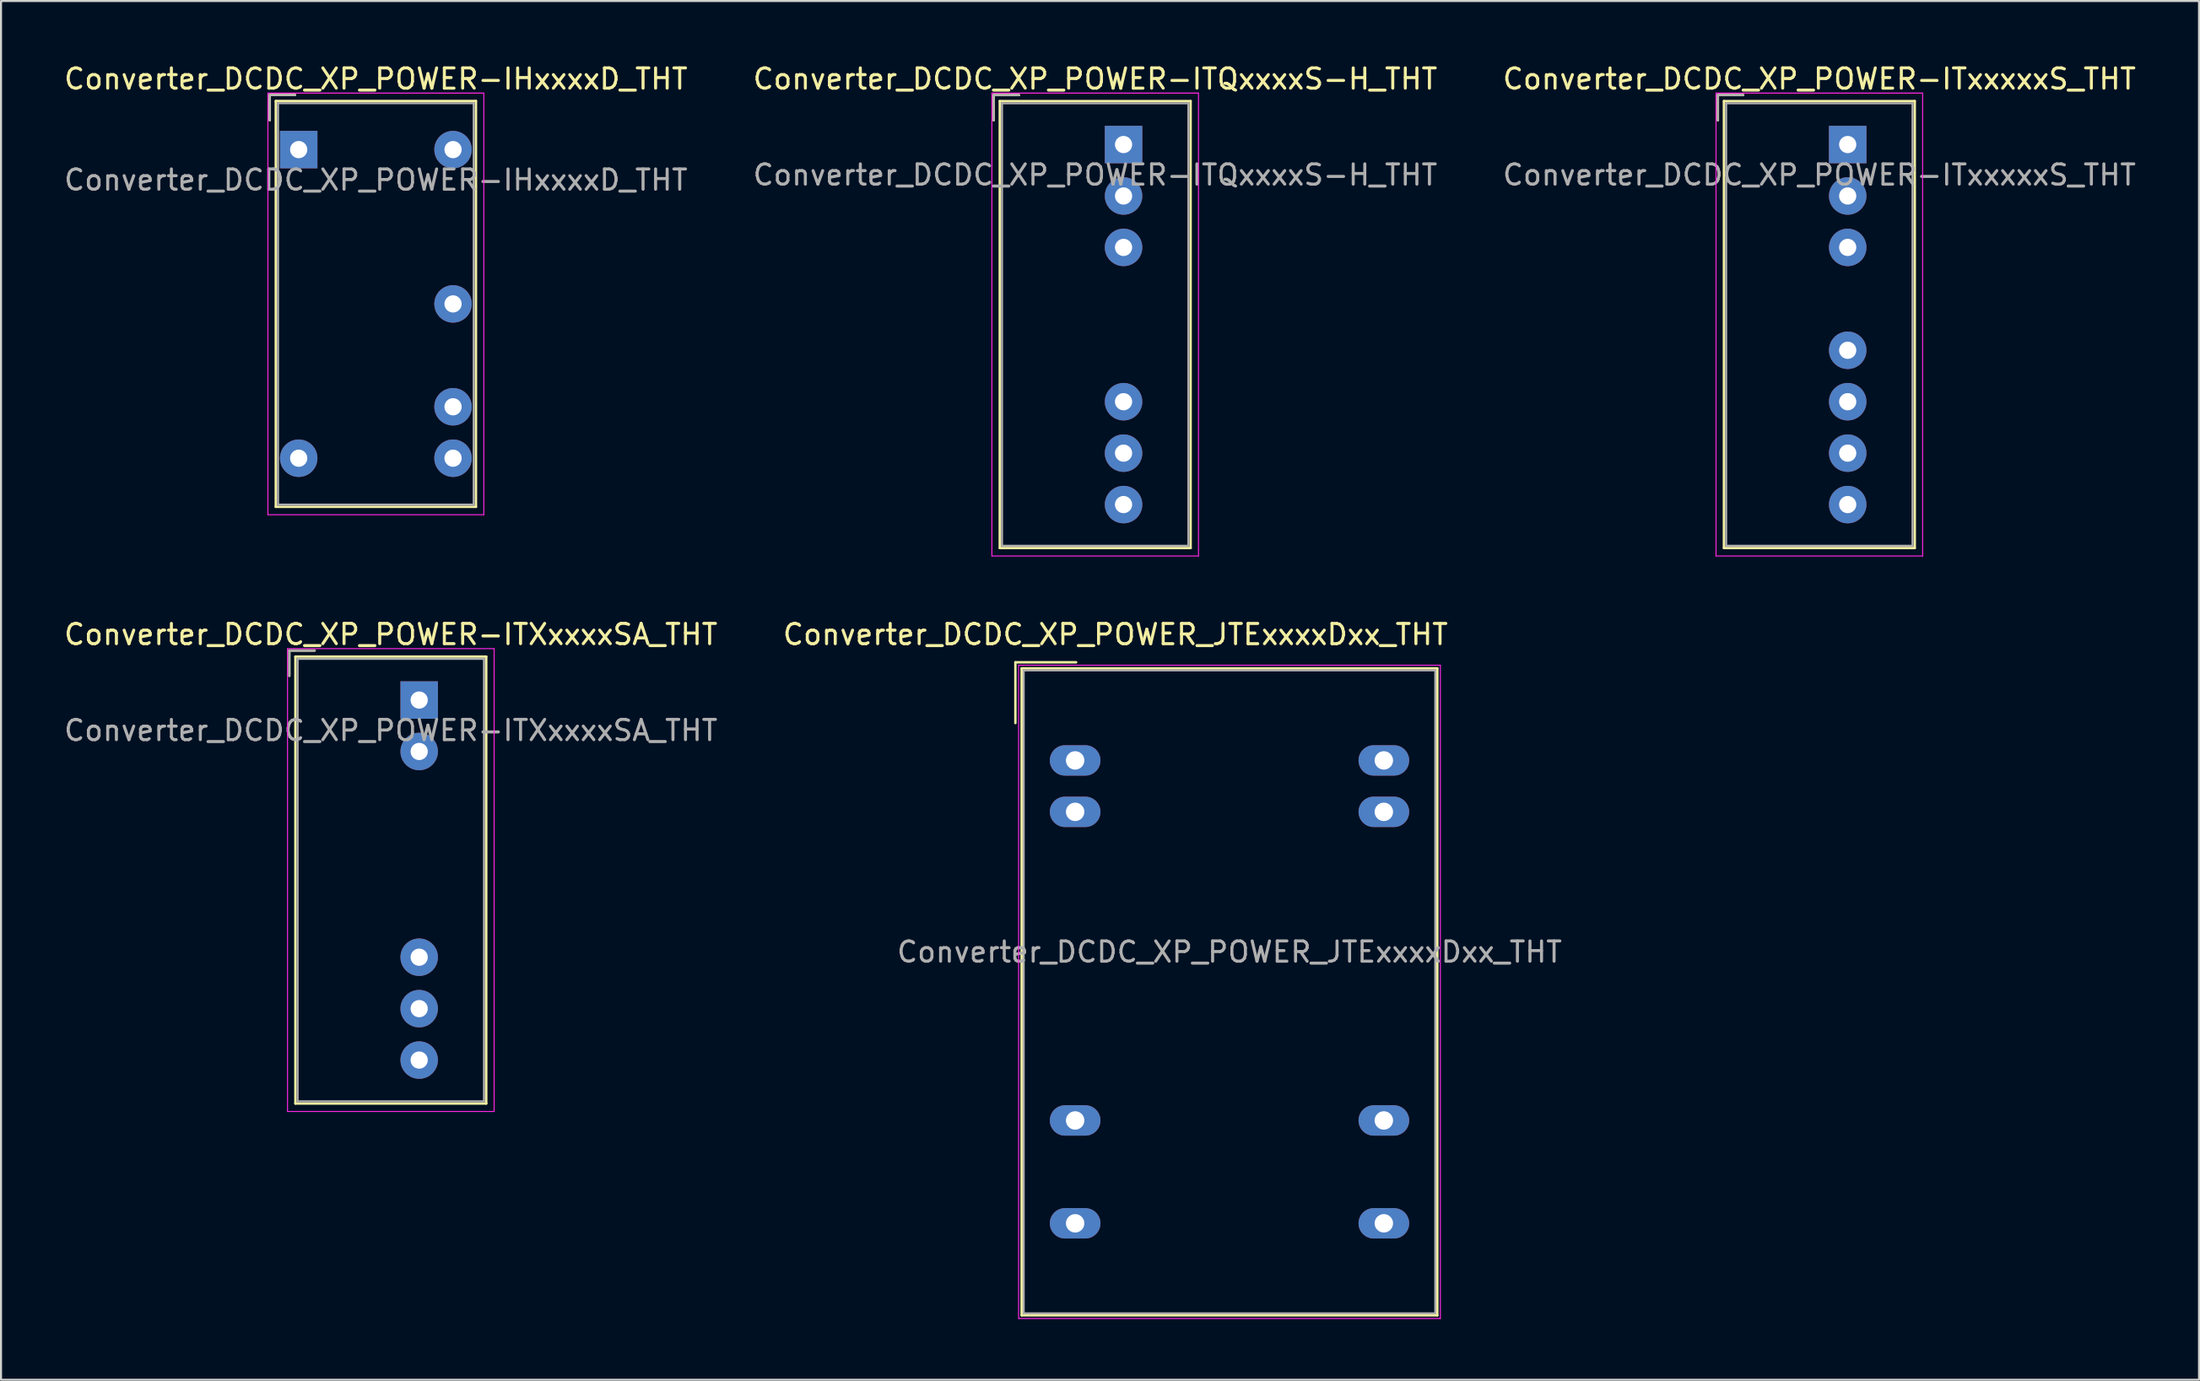
<source format=kicad_pcb>
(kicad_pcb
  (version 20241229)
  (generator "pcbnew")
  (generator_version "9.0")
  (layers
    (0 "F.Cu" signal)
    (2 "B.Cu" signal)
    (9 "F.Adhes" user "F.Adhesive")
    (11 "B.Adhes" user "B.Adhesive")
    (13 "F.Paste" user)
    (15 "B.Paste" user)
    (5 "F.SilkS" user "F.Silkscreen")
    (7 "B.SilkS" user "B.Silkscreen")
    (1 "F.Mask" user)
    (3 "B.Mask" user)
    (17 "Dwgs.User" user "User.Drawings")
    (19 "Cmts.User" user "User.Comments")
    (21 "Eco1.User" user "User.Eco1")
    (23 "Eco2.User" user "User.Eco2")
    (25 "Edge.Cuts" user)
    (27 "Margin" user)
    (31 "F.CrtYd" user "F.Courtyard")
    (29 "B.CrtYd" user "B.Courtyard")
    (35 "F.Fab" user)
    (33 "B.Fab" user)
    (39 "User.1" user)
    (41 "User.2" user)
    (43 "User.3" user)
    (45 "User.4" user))
  (footprint "Converter_DCDC_XP_POWER-ITxxxxxS_THT"
    (layer "F.Cu")
    (at 88.168 4.088)
    (property "Reference" "Converter_DCDC_XP_POWER-ITxxxxxS_THT" (at -1.4 -3.24 0) (layer "F.SilkS") (effects (font (size 1 1) (thickness 0.15))))
    (attr through_hole)
    (fp_line (start -6.41 -2.445) (end -6.41 -1.195) (stroke (width 0.12) (type solid)) (layer "F.SilkS"))
    (fp_line (start -6.11 -2.145) (end -6.11 19.925) (stroke (width 0.12) (type solid)) (layer "F.SilkS"))
    (fp_line (start -6.11 19.925) (end 3.31 19.925) (stroke (width 0.12) (type solid)) (layer "F.SilkS"))
    (fp_line (start -5.16 -2.445) (end -6.41 -2.445) (stroke (width 0.12) (type solid)) (layer "F.SilkS"))
    (fp_line (start 3.31 -2.145) (end -6.11 -2.145) (stroke (width 0.12) (type solid)) (layer "F.SilkS"))
    (fp_line (start 3.31 19.925) (end 3.31 -2.145) (stroke (width 0.12) (type solid)) (layer "F.SilkS"))
    (fp_line (start -6.5 -2.54) (end -6.5 20.32) (stroke (width 0.05) (type solid)) (layer "F.CrtYd"))
    (fp_line (start -6.5 20.32) (end 3.7 20.32) (stroke (width 0.05) (type solid)) (layer "F.CrtYd"))
    (fp_line (start 3.7 -2.54) (end -6.5 -2.54) (stroke (width 0.05) (type solid)) (layer "F.CrtYd"))
    (fp_line (start 3.7 20.32) (end 3.7 -2.54) (stroke (width 0.05) (type solid)) (layer "F.CrtYd"))
    (fp_line (start -6.41 -2.445) (end -6.41 -1.195) (stroke (width 0.1) (type solid)) (layer "F.Fab"))
    (fp_line (start -6 -2.035) (end -6 19.815) (stroke (width 0.1) (type solid)) (layer "F.Fab"))
    (fp_line (start -6 19.815) (end 3.2 19.815) (stroke (width 0.1) (type solid)) (layer "F.Fab"))
    (fp_line (start -5.16 -2.445) (end -6.41 -2.445) (stroke (width 0.1) (type solid)) (layer "F.Fab"))
    (fp_line (start 3.2 -2.035) (end -6 -2.035) (stroke (width 0.1) (type solid)) (layer "F.Fab"))
    (fp_line (start 3.2 19.815) (end 3.2 -2.035) (stroke (width 0.1) (type solid)) (layer "F.Fab"))
    (fp_text user "${REFERENCE}" (at -1.4 1.5 0) (layer "F.Fab") (effects (font (size 1 1) (thickness 0.15))))
    (pad "1" thru_hole rect (at 0 0) (size 1.85 1.85) (drill 0.85) (layers "*.Cu" "*.Mask"))
    (pad "2" thru_hole circle (at 0 2.54) (size 1.85 1.85) (drill 0.85) (layers "*.Cu" "*.Mask"))
    (pad "3" thru_hole circle (at 0 5.08) (size 1.85 1.85) (drill 0.85) (layers "*.Cu" "*.Mask"))
    (pad "5" thru_hole circle (at 0 10.16) (size 1.85 1.85) (drill 0.85) (layers "*.Cu" "*.Mask"))
    (pad "6" thru_hole circle (at 0 12.7) (size 1.85 1.85) (drill 0.85) (layers "*.Cu" "*.Mask"))
    (pad "7" thru_hole circle (at 0 15.24) (size 1.85 1.85) (drill 0.85) (layers "*.Cu" "*.Mask"))
    (pad "8" thru_hole circle (at 0 17.78) (size 1.85 1.85) (drill 0.85) (layers "*.Cu" "*.Mask")))
  (footprint "Converter_DCDC_XP_POWER-ITQxxxxS-H_THT"
    (layer "F.Cu")
    (at 52.418 4.088)
    (property "Reference" "Converter_DCDC_XP_POWER-ITQxxxxS-H_THT" (at -1.4 -3.24 0) (layer "F.SilkS") (effects (font (size 1 1) (thickness 0.15))))
    (attr through_hole)
    (fp_line (start -6.41 -2.445) (end -6.41 -1.195) (stroke (width 0.12) (type solid)) (layer "F.SilkS"))
    (fp_line (start -6.11 -2.145) (end -6.11 19.925) (stroke (width 0.12) (type solid)) (layer "F.SilkS"))
    (fp_line (start -6.11 19.925) (end 3.31 19.925) (stroke (width 0.12) (type solid)) (layer "F.SilkS"))
    (fp_line (start -5.16 -2.445) (end -6.41 -2.445) (stroke (width 0.12) (type solid)) (layer "F.SilkS"))
    (fp_line (start 3.31 -2.145) (end -6.11 -2.145) (stroke (width 0.12) (type solid)) (layer "F.SilkS"))
    (fp_line (start 3.31 19.925) (end 3.31 -2.145) (stroke (width 0.12) (type solid)) (layer "F.SilkS"))
    (fp_line (start -6.5 -2.54) (end -6.5 20.32) (stroke (width 0.05) (type solid)) (layer "F.CrtYd"))
    (fp_line (start -6.5 20.32) (end 3.7 20.32) (stroke (width 0.05) (type solid)) (layer "F.CrtYd"))
    (fp_line (start 3.7 -2.54) (end -6.5 -2.54) (stroke (width 0.05) (type solid)) (layer "F.CrtYd"))
    (fp_line (start 3.7 20.32) (end 3.7 -2.54) (stroke (width 0.05) (type solid)) (layer "F.CrtYd"))
    (fp_line (start -6.41 -2.445) (end -6.41 -1.195) (stroke (width 0.1) (type solid)) (layer "F.Fab"))
    (fp_line (start -6 -2.035) (end -6 19.815) (stroke (width 0.1) (type solid)) (layer "F.Fab"))
    (fp_line (start -6 19.815) (end 3.2 19.815) (stroke (width 0.1) (type solid)) (layer "F.Fab"))
    (fp_line (start -5.16 -2.445) (end -6.41 -2.445) (stroke (width 0.1) (type solid)) (layer "F.Fab"))
    (fp_line (start 3.2 -2.035) (end -6 -2.035) (stroke (width 0.1) (type solid)) (layer "F.Fab"))
    (fp_line (start 3.2 19.815) (end 3.2 -2.035) (stroke (width 0.1) (type solid)) (layer "F.Fab"))
    (fp_text user "${REFERENCE}" (at -1.4 1.5 0) (layer "F.Fab") (effects (font (size 1 1) (thickness 0.15))))
    (pad "1" thru_hole rect (at 0 0) (size 1.85 1.85) (drill 0.85) (layers "*.Cu" "*.Mask"))
    (pad "2" thru_hole circle (at 0 2.54) (size 1.85 1.85) (drill 0.85) (layers "*.Cu" "*.Mask"))
    (pad "3" thru_hole circle (at 0 5.08) (size 1.85 1.85) (drill 0.85) (layers "*.Cu" "*.Mask"))
    (pad "6" thru_hole circle (at 0 12.7) (size 1.85 1.85) (drill 0.85) (layers "*.Cu" "*.Mask"))
    (pad "7" thru_hole circle (at 0 15.24) (size 1.85 1.85) (drill 0.85) (layers "*.Cu" "*.Mask"))
    (pad "8" thru_hole circle (at 0 17.78) (size 1.85 1.85) (drill 0.85) (layers "*.Cu" "*.Mask")))
  (footprint "Converter_DCDC_XP_POWER-IHxxxxD_THT"
    (layer "F.Cu")
    (at 11.696 4.338)
    (property "Reference" "Converter_DCDC_XP_POWER-IHxxxxD_THT" (at 3.81 -3.49 0) (layer "F.SilkS") (effects (font (size 1 1) (thickness 0.15))))
    (attr through_hole)
    (fp_line (start -1.43 -2.7) (end -1.43 -1.45) (stroke (width 0.12) (type solid)) (layer "F.SilkS"))
    (fp_line (start -1.13 -2.4) (end -1.13 17.64) (stroke (width 0.12) (type solid)) (layer "F.SilkS"))
    (fp_line (start -1.13 17.64) (end 8.75 17.64) (stroke (width 0.12) (type solid)) (layer "F.SilkS"))
    (fp_line (start -0.18 -2.7) (end -1.43 -2.7) (stroke (width 0.12) (type solid)) (layer "F.SilkS"))
    (fp_line (start 8.75 -2.4) (end -1.13 -2.4) (stroke (width 0.12) (type solid)) (layer "F.SilkS"))
    (fp_line (start 8.75 17.64) (end 8.75 -2.4) (stroke (width 0.12) (type solid)) (layer "F.SilkS"))
    (fp_line (start -1.52 -2.79) (end -1.52 18.03) (stroke (width 0.05) (type solid)) (layer "F.CrtYd"))
    (fp_line (start -1.52 18.03) (end 9.14 18.03) (stroke (width 0.05) (type solid)) (layer "F.CrtYd"))
    (fp_line (start 9.14 -2.79) (end -1.52 -2.79) (stroke (width 0.05) (type solid)) (layer "F.CrtYd"))
    (fp_line (start 9.14 18.03) (end 9.14 -2.79) (stroke (width 0.05) (type solid)) (layer "F.CrtYd"))
    (fp_line (start -1.43 -2.7) (end -1.43 -1.45) (stroke (width 0.1) (type solid)) (layer "F.Fab"))
    (fp_line (start -1.02 -2.29) (end -1.02 17.53) (stroke (width 0.1) (type solid)) (layer "F.Fab"))
    (fp_line (start -1.02 17.53) (end 8.64 17.53) (stroke (width 0.1) (type solid)) (layer "F.Fab"))
    (fp_line (start -0.18 -2.7) (end -1.43 -2.7) (stroke (width 0.1) (type solid)) (layer "F.Fab"))
    (fp_line (start 8.64 -2.29) (end -1.02 -2.29) (stroke (width 0.1) (type solid)) (layer "F.Fab"))
    (fp_line (start 8.64 17.53) (end 8.64 -2.29) (stroke (width 0.1) (type solid)) (layer "F.Fab"))
    (fp_text user "${REFERENCE}" (at 3.81 1.5 0) (layer "F.Fab") (effects (font (size 1 1) (thickness 0.15))))
    (pad "1" thru_hole rect (at 0 0) (size 1.85 1.85) (drill 0.85) (layers "*.Cu" "*.Mask"))
    (pad "2" thru_hole circle (at 0 15.24) (size 1.85 1.85) (drill 0.85) (layers "*.Cu" "*.Mask"))
    (pad "3" thru_hole circle (at 7.62 0) (size 1.85 1.85) (drill 0.85) (layers "*.Cu" "*.Mask"))
    (pad "4" thru_hole circle (at 7.62 7.62) (size 1.85 1.85) (drill 0.85) (layers "*.Cu" "*.Mask"))
    (pad "5" thru_hole circle (at 7.62 12.7) (size 1.85 1.85) (drill 0.85) (layers "*.Cu" "*.Mask"))
    (pad "6" thru_hole circle (at 7.62 15.24) (size 1.85 1.85) (drill 0.85) (layers "*.Cu" "*.Mask")))
  (footprint "Converter_DCDC_XP_POWER_JTExxxxDxx_THT"
    (layer "F.Cu")
    (at 50.028 34.502)
    (property "Reference" "Converter_DCDC_XP_POWER_JTExxxxDxx_THT" (at 1.99 -6.22 0) (layer "F.SilkS") (effects (font (size 1 1) (thickness 0.15))))
    (attr through_hole)
    (fp_line (start -2.95 -4.845) (end -2.95 -1.845) (stroke (width 0.12) (type solid)) (layer "F.SilkS"))
    (fp_line (start -2.95 -4.845) (end 0.05 -4.845) (stroke (width 0.12) (type solid)) (layer "F.SilkS"))
    (fp_line (start -2.64 -4.545) (end -2.64 27.405) (stroke (width 0.12) (type solid)) (layer "F.SilkS"))
    (fp_line (start -2.64 -4.545) (end 17.88 -4.545) (stroke (width 0.12) (type solid)) (layer "F.SilkS"))
    (fp_line (start -2.64 27.405) (end 17.88 27.405) (stroke (width 0.12) (type solid)) (layer "F.SilkS"))
    (fp_line (start 17.88 -4.545) (end 17.88 27.405) (stroke (width 0.12) (type solid)) (layer "F.SilkS"))
    (fp_line (start -2.79 -4.7) (end -2.79 27.56) (stroke (width 0.05) (type solid)) (layer "F.CrtYd"))
    (fp_line (start -2.79 -4.7) (end 18.03 -4.7) (stroke (width 0.05) (type solid)) (layer "F.CrtYd"))
    (fp_line (start -2.79 27.56) (end 18.03 27.56) (stroke (width 0.05) (type solid)) (layer "F.CrtYd"))
    (fp_line (start 18.03 -4.7) (end 18.03 27.56) (stroke (width 0.05) (type solid)) (layer "F.CrtYd"))
    (fp_line (start -2.54 -4.445) (end 17.78 -4.445) (stroke (width 0.1) (type solid)) (layer "F.Fab"))
    (fp_line (start -2.54 27.305) (end -2.54 -4.455) (stroke (width 0.1) (type solid)) (layer "F.Fab"))
    (fp_line (start 17.78 -4.445) (end 17.78 27.305) (stroke (width 0.1) (type solid)) (layer "F.Fab"))
    (fp_line (start 17.78 27.305) (end -2.5 27.305) (stroke (width 0.1) (type solid)) (layer "F.Fab"))
    (fp_text user "${REFERENCE}" (at 7.62 9.46 0) (layer "F.Fab") (effects (font (size 1 1) (thickness 0.15))))
    (pad "2" thru_hole oval (at 0 0) (size 2.5 1.5) (drill 0.91) (layers "*.Cu" "*.Mask"))
    (pad "3" thru_hole oval (at 0 2.54) (size 2.5 1.5) (drill 0.91) (layers "*.Cu" "*.Mask"))
    (pad "9" thru_hole oval (at 0 17.78) (size 2.5 1.5) (drill 0.91) (layers "*.Cu" "*.Mask"))
    (pad "11" thru_hole oval (at 0 22.86) (size 2.5 1.5) (drill 0.91) (layers "*.Cu" "*.Mask"))
    (pad "14" thru_hole oval (at 15.24 22.86) (size 2.5 1.5) (drill 0.91) (layers "*.Cu" "*.Mask"))
    (pad "16" thru_hole oval (at 15.24 17.78) (size 2.5 1.5) (drill 0.91) (layers "*.Cu" "*.Mask"))
    (pad "22" thru_hole oval (at 15.24 2.54) (size 2.5 1.5) (drill 0.91) (layers "*.Cu" "*.Mask"))
    (pad "23" thru_hole oval (at 15.24 0) (size 2.5 1.5) (drill 0.91) (layers "*.Cu" "*.Mask")))
  (footprint "Converter_DCDC_XP_POWER-ITXxxxxSA_THT"
    (layer "F.Cu")
    (at 17.644 31.521)
    (property "Reference" "Converter_DCDC_XP_POWER-ITXxxxxSA_THT" (at -1.4 -3.24 0) (layer "F.SilkS") (effects (font (size 1 1) (thickness 0.15))))
    (attr through_hole)
    (fp_line (start -6.41 -2.445) (end -6.41 -1.195) (stroke (width 0.12) (type solid)) (layer "F.SilkS"))
    (fp_line (start -6.11 -2.145) (end -6.11 19.925) (stroke (width 0.12) (type solid)) (layer "F.SilkS"))
    (fp_line (start -6.11 19.925) (end 3.31 19.925) (stroke (width 0.12) (type solid)) (layer "F.SilkS"))
    (fp_line (start -5.16 -2.445) (end -6.41 -2.445) (stroke (width 0.12) (type solid)) (layer "F.SilkS"))
    (fp_line (start 3.31 -2.145) (end -6.11 -2.145) (stroke (width 0.12) (type solid)) (layer "F.SilkS"))
    (fp_line (start 3.31 19.925) (end 3.31 -2.145) (stroke (width 0.12) (type solid)) (layer "F.SilkS"))
    (fp_line (start -6.5 -2.54) (end -6.5 20.32) (stroke (width 0.05) (type solid)) (layer "F.CrtYd"))
    (fp_line (start -6.5 20.32) (end 3.7 20.32) (stroke (width 0.05) (type solid)) (layer "F.CrtYd"))
    (fp_line (start 3.7 -2.54) (end -6.5 -2.54) (stroke (width 0.05) (type solid)) (layer "F.CrtYd"))
    (fp_line (start 3.7 20.32) (end 3.7 -2.54) (stroke (width 0.05) (type solid)) (layer "F.CrtYd"))
    (fp_line (start -6.41 -2.445) (end -6.41 -1.195) (stroke (width 0.1) (type solid)) (layer "F.Fab"))
    (fp_line (start -6 -2.035) (end -6 19.815) (stroke (width 0.1) (type solid)) (layer "F.Fab"))
    (fp_line (start -6 19.815) (end 3.2 19.815) (stroke (width 0.1) (type solid)) (layer "F.Fab"))
    (fp_line (start -5.16 -2.445) (end -6.41 -2.445) (stroke (width 0.1) (type solid)) (layer "F.Fab"))
    (fp_line (start 3.2 -2.035) (end -6 -2.035) (stroke (width 0.1) (type solid)) (layer "F.Fab"))
    (fp_line (start 3.2 19.815) (end 3.2 -2.035) (stroke (width 0.1) (type solid)) (layer "F.Fab"))
    (fp_text user "${REFERENCE}" (at -1.4 1.5 0) (layer "F.Fab") (effects (font (size 1 1) (thickness 0.15))))
    (pad "1" thru_hole rect (at 0 0) (size 1.85 1.85) (drill 0.85) (layers "*.Cu" "*.Mask"))
    (pad "2" thru_hole circle (at 0 2.54) (size 1.85 1.85) (drill 0.85) (layers "*.Cu" "*.Mask"))
    (pad "6" thru_hole circle (at 0 12.7) (size 1.85 1.85) (drill 0.85) (layers "*.Cu" "*.Mask"))
    (pad "7" thru_hole circle (at 0 15.24) (size 1.85 1.85) (drill 0.85) (layers "*.Cu" "*.Mask"))
    (pad "8" thru_hole circle (at 0 17.78) (size 1.85 1.85) (drill 0.85) (layers "*.Cu" "*.Mask")))
  (gr_rect
    (start -3 -3)
    (end 105.512 65.087)
    (stroke (width 0.1) (type default))
    (fill no)
    (layer "Edge.Cuts")))
</source>
